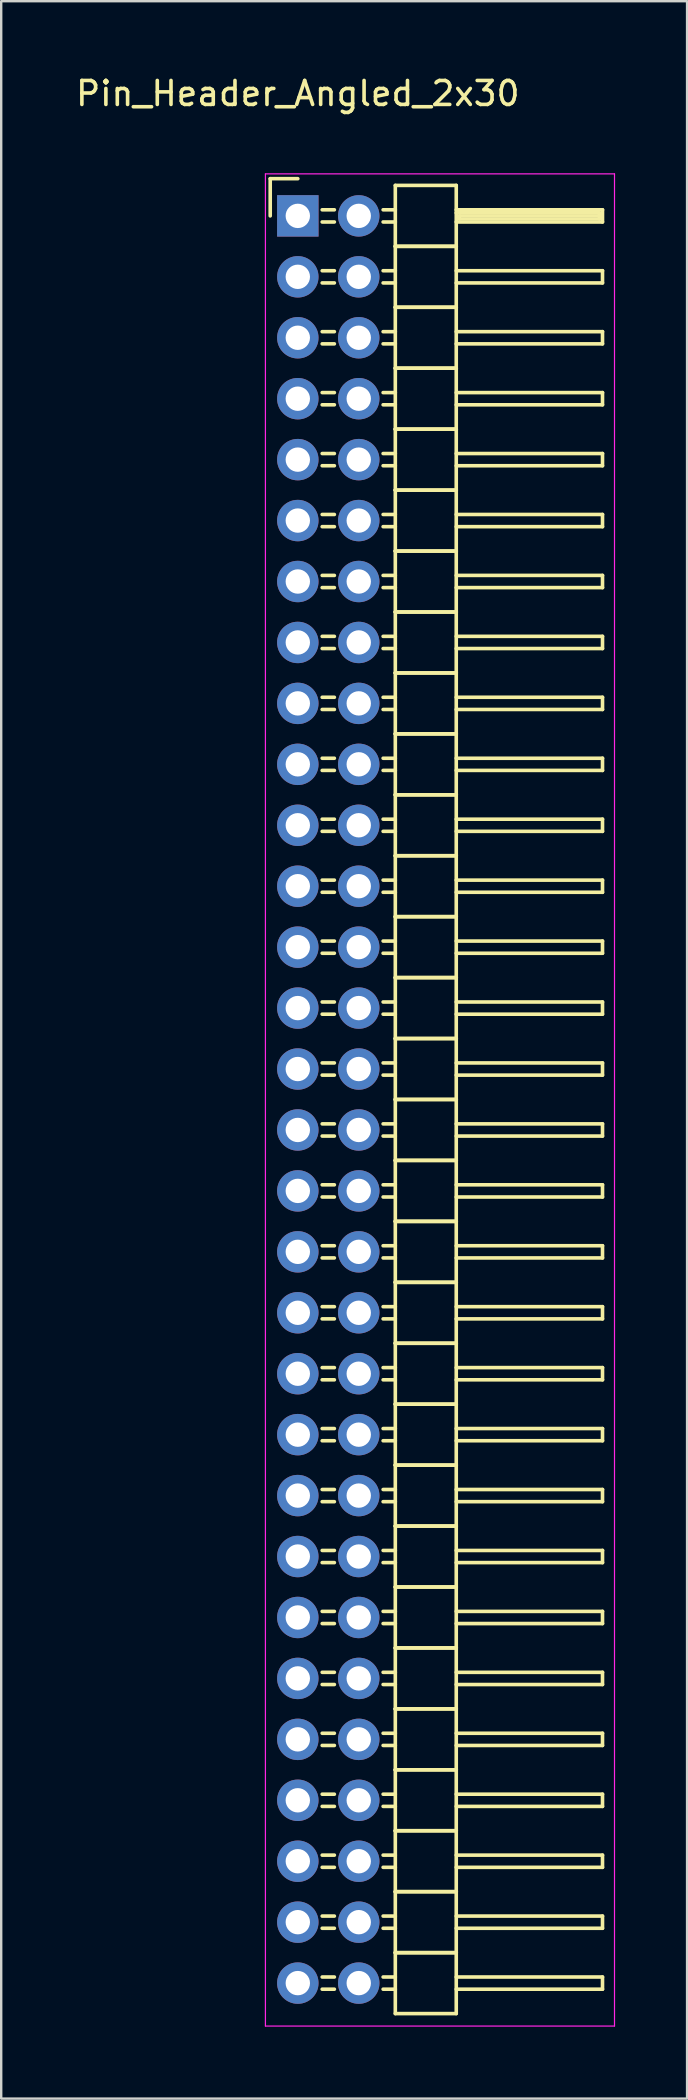
<source format=kicad_pcb>
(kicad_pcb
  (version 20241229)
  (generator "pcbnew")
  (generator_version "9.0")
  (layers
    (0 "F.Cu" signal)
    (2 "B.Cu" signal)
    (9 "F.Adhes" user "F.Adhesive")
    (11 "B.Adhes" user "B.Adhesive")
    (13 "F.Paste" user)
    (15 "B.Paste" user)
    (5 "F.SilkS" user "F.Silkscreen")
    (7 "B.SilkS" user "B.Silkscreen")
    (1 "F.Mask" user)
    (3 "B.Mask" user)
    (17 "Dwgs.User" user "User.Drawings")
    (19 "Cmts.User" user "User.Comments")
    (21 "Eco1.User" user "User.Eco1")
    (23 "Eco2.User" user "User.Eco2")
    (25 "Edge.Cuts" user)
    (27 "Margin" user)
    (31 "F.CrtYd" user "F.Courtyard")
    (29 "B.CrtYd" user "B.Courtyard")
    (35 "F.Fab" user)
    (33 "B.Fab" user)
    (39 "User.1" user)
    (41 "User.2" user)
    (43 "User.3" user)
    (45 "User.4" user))
  (footprint "Pin_Header_Angled_2x30"
    (layer "F.Cu")
    (at 9.363 5.948)
    (property "Reference" "Pin_Header_Angled_2x30" (at 0 -5.1 0) (layer "F.SilkS") (effects (font (size 1 1) (thickness 0.15))))
    (attr through_hole)
    (fp_line (start -1.15 -1.55) (end -1.15 0) (stroke (width 0.15) (type solid)) (layer "F.SilkS"))
    (fp_line (start 0 -1.55) (end -1.15 -1.55) (stroke (width 0.15) (type solid)) (layer "F.SilkS"))
    (fp_line (start 1.524 -0.254) (end 1.016 -0.254) (stroke (width 0.15) (type solid)) (layer "F.SilkS"))
    (fp_line (start 1.524 0.254) (end 1.016 0.254) (stroke (width 0.15) (type solid)) (layer "F.SilkS"))
    (fp_line (start 1.524 2.286) (end 1.016 2.286) (stroke (width 0.15) (type solid)) (layer "F.SilkS"))
    (fp_line (start 1.524 2.794) (end 1.016 2.794) (stroke (width 0.15) (type solid)) (layer "F.SilkS"))
    (fp_line (start 1.524 4.826) (end 1.016 4.826) (stroke (width 0.15) (type solid)) (layer "F.SilkS"))
    (fp_line (start 1.524 5.334) (end 1.016 5.334) (stroke (width 0.15) (type solid)) (layer "F.SilkS"))
    (fp_line (start 1.524 7.366) (end 1.016 7.366) (stroke (width 0.15) (type solid)) (layer "F.SilkS"))
    (fp_line (start 1.524 7.874) (end 1.016 7.874) (stroke (width 0.15) (type solid)) (layer "F.SilkS"))
    (fp_line (start 1.524 9.906) (end 1.016 9.906) (stroke (width 0.15) (type solid)) (layer "F.SilkS"))
    (fp_line (start 1.524 10.414) (end 1.016 10.414) (stroke (width 0.15) (type solid)) (layer "F.SilkS"))
    (fp_line (start 1.524 12.446) (end 1.016 12.446) (stroke (width 0.15) (type solid)) (layer "F.SilkS"))
    (fp_line (start 1.524 12.954) (end 1.016 12.954) (stroke (width 0.15) (type solid)) (layer "F.SilkS"))
    (fp_line (start 1.524 14.986) (end 1.016 14.986) (stroke (width 0.15) (type solid)) (layer "F.SilkS"))
    (fp_line (start 1.524 15.494) (end 1.016 15.494) (stroke (width 0.15) (type solid)) (layer "F.SilkS"))
    (fp_line (start 1.524 17.526) (end 1.016 17.526) (stroke (width 0.15) (type solid)) (layer "F.SilkS"))
    (fp_line (start 1.524 18.034) (end 1.016 18.034) (stroke (width 0.15) (type solid)) (layer "F.SilkS"))
    (fp_line (start 1.524 20.066) (end 1.016 20.066) (stroke (width 0.15) (type solid)) (layer "F.SilkS"))
    (fp_line (start 1.524 20.574) (end 1.016 20.574) (stroke (width 0.15) (type solid)) (layer "F.SilkS"))
    (fp_line (start 1.524 22.606) (end 1.016 22.606) (stroke (width 0.15) (type solid)) (layer "F.SilkS"))
    (fp_line (start 1.524 23.114) (end 1.016 23.114) (stroke (width 0.15) (type solid)) (layer "F.SilkS"))
    (fp_line (start 1.524 25.146) (end 1.016 25.146) (stroke (width 0.15) (type solid)) (layer "F.SilkS"))
    (fp_line (start 1.524 25.654) (end 1.016 25.654) (stroke (width 0.15) (type solid)) (layer "F.SilkS"))
    (fp_line (start 1.524 27.686) (end 1.016 27.686) (stroke (width 0.15) (type solid)) (layer "F.SilkS"))
    (fp_line (start 1.524 28.194) (end 1.016 28.194) (stroke (width 0.15) (type solid)) (layer "F.SilkS"))
    (fp_line (start 1.524 30.226) (end 1.016 30.226) (stroke (width 0.15) (type solid)) (layer "F.SilkS"))
    (fp_line (start 1.524 30.734) (end 1.016 30.734) (stroke (width 0.15) (type solid)) (layer "F.SilkS"))
    (fp_line (start 1.524 32.766) (end 1.016 32.766) (stroke (width 0.15) (type solid)) (layer "F.SilkS"))
    (fp_line (start 1.524 33.274) (end 1.016 33.274) (stroke (width 0.15) (type solid)) (layer "F.SilkS"))
    (fp_line (start 1.524 35.306) (end 1.016 35.306) (stroke (width 0.15) (type solid)) (layer "F.SilkS"))
    (fp_line (start 1.524 35.814) (end 1.016 35.814) (stroke (width 0.15) (type solid)) (layer "F.SilkS"))
    (fp_line (start 1.524 37.846) (end 1.016 37.846) (stroke (width 0.15) (type solid)) (layer "F.SilkS"))
    (fp_line (start 1.524 38.354) (end 1.016 38.354) (stroke (width 0.15) (type solid)) (layer "F.SilkS"))
    (fp_line (start 1.524 40.386) (end 1.016 40.386) (stroke (width 0.15) (type solid)) (layer "F.SilkS"))
    (fp_line (start 1.524 40.894) (end 1.016 40.894) (stroke (width 0.15) (type solid)) (layer "F.SilkS"))
    (fp_line (start 1.524 42.926) (end 1.016 42.926) (stroke (width 0.15) (type solid)) (layer "F.SilkS"))
    (fp_line (start 1.524 43.434) (end 1.016 43.434) (stroke (width 0.15) (type solid)) (layer "F.SilkS"))
    (fp_line (start 1.524 45.466) (end 1.016 45.466) (stroke (width 0.15) (type solid)) (layer "F.SilkS"))
    (fp_line (start 1.524 45.974) (end 1.016 45.974) (stroke (width 0.15) (type solid)) (layer "F.SilkS"))
    (fp_line (start 1.524 48.006) (end 1.016 48.006) (stroke (width 0.15) (type solid)) (layer "F.SilkS"))
    (fp_line (start 1.524 48.514) (end 1.016 48.514) (stroke (width 0.15) (type solid)) (layer "F.SilkS"))
    (fp_line (start 1.524 50.546) (end 1.016 50.546) (stroke (width 0.15) (type solid)) (layer "F.SilkS"))
    (fp_line (start 1.524 51.054) (end 1.016 51.054) (stroke (width 0.15) (type solid)) (layer "F.SilkS"))
    (fp_line (start 1.524 53.086) (end 1.016 53.086) (stroke (width 0.15) (type solid)) (layer "F.SilkS"))
    (fp_line (start 1.524 53.594) (end 1.016 53.594) (stroke (width 0.15) (type solid)) (layer "F.SilkS"))
    (fp_line (start 1.524 55.626) (end 1.016 55.626) (stroke (width 0.15) (type solid)) (layer "F.SilkS"))
    (fp_line (start 1.524 56.134) (end 1.016 56.134) (stroke (width 0.15) (type solid)) (layer "F.SilkS"))
    (fp_line (start 1.524 58.166) (end 1.016 58.166) (stroke (width 0.15) (type solid)) (layer "F.SilkS"))
    (fp_line (start 1.524 58.674) (end 1.016 58.674) (stroke (width 0.15) (type solid)) (layer "F.SilkS"))
    (fp_line (start 1.524 60.706) (end 1.016 60.706) (stroke (width 0.15) (type solid)) (layer "F.SilkS"))
    (fp_line (start 1.524 61.214) (end 1.016 61.214) (stroke (width 0.15) (type solid)) (layer "F.SilkS"))
    (fp_line (start 1.524 63.246) (end 1.016 63.246) (stroke (width 0.15) (type solid)) (layer "F.SilkS"))
    (fp_line (start 1.524 63.754) (end 1.016 63.754) (stroke (width 0.15) (type solid)) (layer "F.SilkS"))
    (fp_line (start 1.524 65.786) (end 1.016 65.786) (stroke (width 0.15) (type solid)) (layer "F.SilkS"))
    (fp_line (start 1.524 66.294) (end 1.016 66.294) (stroke (width 0.15) (type solid)) (layer "F.SilkS"))
    (fp_line (start 1.524 68.326) (end 1.016 68.326) (stroke (width 0.15) (type solid)) (layer "F.SilkS"))
    (fp_line (start 1.524 68.834) (end 1.016 68.834) (stroke (width 0.15) (type solid)) (layer "F.SilkS"))
    (fp_line (start 1.524 70.866) (end 1.016 70.866) (stroke (width 0.15) (type solid)) (layer "F.SilkS"))
    (fp_line (start 1.524 71.374) (end 1.016 71.374) (stroke (width 0.15) (type solid)) (layer "F.SilkS"))
    (fp_line (start 1.524 73.406) (end 1.016 73.406) (stroke (width 0.15) (type solid)) (layer "F.SilkS"))
    (fp_line (start 1.524 73.914) (end 1.016 73.914) (stroke (width 0.15) (type solid)) (layer "F.SilkS"))
    (fp_line (start 4.064 -1.27) (end 4.064 1.27) (stroke (width 0.15) (type solid)) (layer "F.SilkS"))
    (fp_line (start 4.064 -1.27) (end 6.604 -1.27) (stroke (width 0.15) (type solid)) (layer "F.SilkS"))
    (fp_line (start 4.064 -0.254) (end 3.556 -0.254) (stroke (width 0.15) (type solid)) (layer "F.SilkS"))
    (fp_line (start 4.064 0.254) (end 3.556 0.254) (stroke (width 0.15) (type solid)) (layer "F.SilkS"))
    (fp_line (start 4.064 1.27) (end 4.064 3.81) (stroke (width 0.15) (type solid)) (layer "F.SilkS"))
    (fp_line (start 4.064 1.27) (end 6.604 1.27) (stroke (width 0.15) (type solid)) (layer "F.SilkS"))
    (fp_line (start 4.064 1.27) (end 6.604 1.27) (stroke (width 0.15) (type solid)) (layer "F.SilkS"))
    (fp_line (start 4.064 2.286) (end 3.556 2.286) (stroke (width 0.15) (type solid)) (layer "F.SilkS"))
    (fp_line (start 4.064 2.794) (end 3.556 2.794) (stroke (width 0.15) (type solid)) (layer "F.SilkS"))
    (fp_line (start 4.064 3.81) (end 4.064 6.35) (stroke (width 0.15) (type solid)) (layer "F.SilkS"))
    (fp_line (start 4.064 3.81) (end 6.604 3.81) (stroke (width 0.15) (type solid)) (layer "F.SilkS"))
    (fp_line (start 4.064 3.81) (end 6.604 3.81) (stroke (width 0.15) (type solid)) (layer "F.SilkS"))
    (fp_line (start 4.064 4.826) (end 3.556 4.826) (stroke (width 0.15) (type solid)) (layer "F.SilkS"))
    (fp_line (start 4.064 5.334) (end 3.556 5.334) (stroke (width 0.15) (type solid)) (layer "F.SilkS"))
    (fp_line (start 4.064 6.35) (end 4.064 8.89) (stroke (width 0.15) (type solid)) (layer "F.SilkS"))
    (fp_line (start 4.064 6.35) (end 6.604 6.35) (stroke (width 0.15) (type solid)) (layer "F.SilkS"))
    (fp_line (start 4.064 6.35) (end 6.604 6.35) (stroke (width 0.15) (type solid)) (layer "F.SilkS"))
    (fp_line (start 4.064 7.366) (end 3.556 7.366) (stroke (width 0.15) (type solid)) (layer "F.SilkS"))
    (fp_line (start 4.064 7.874) (end 3.556 7.874) (stroke (width 0.15) (type solid)) (layer "F.SilkS"))
    (fp_line (start 4.064 8.89) (end 4.064 11.43) (stroke (width 0.15) (type solid)) (layer "F.SilkS"))
    (fp_line (start 4.064 8.89) (end 6.604 8.89) (stroke (width 0.15) (type solid)) (layer "F.SilkS"))
    (fp_line (start 4.064 8.89) (end 6.604 8.89) (stroke (width 0.15) (type solid)) (layer "F.SilkS"))
    (fp_line (start 4.064 9.906) (end 3.556 9.906) (stroke (width 0.15) (type solid)) (layer "F.SilkS"))
    (fp_line (start 4.064 10.414) (end 3.556 10.414) (stroke (width 0.15) (type solid)) (layer "F.SilkS"))
    (fp_line (start 4.064 11.43) (end 4.064 13.97) (stroke (width 0.15) (type solid)) (layer "F.SilkS"))
    (fp_line (start 4.064 11.43) (end 6.604 11.43) (stroke (width 0.15) (type solid)) (layer "F.SilkS"))
    (fp_line (start 4.064 11.43) (end 6.604 11.43) (stroke (width 0.15) (type solid)) (layer "F.SilkS"))
    (fp_line (start 4.064 12.446) (end 3.556 12.446) (stroke (width 0.15) (type solid)) (layer "F.SilkS"))
    (fp_line (start 4.064 12.954) (end 3.556 12.954) (stroke (width 0.15) (type solid)) (layer "F.SilkS"))
    (fp_line (start 4.064 13.97) (end 4.064 16.51) (stroke (width 0.15) (type solid)) (layer "F.SilkS"))
    (fp_line (start 4.064 13.97) (end 6.604 13.97) (stroke (width 0.15) (type solid)) (layer "F.SilkS"))
    (fp_line (start 4.064 13.97) (end 6.604 13.97) (stroke (width 0.15) (type solid)) (layer "F.SilkS"))
    (fp_line (start 4.064 14.986) (end 3.556 14.986) (stroke (width 0.15) (type solid)) (layer "F.SilkS"))
    (fp_line (start 4.064 15.494) (end 3.556 15.494) (stroke (width 0.15) (type solid)) (layer "F.SilkS"))
    (fp_line (start 4.064 16.51) (end 4.064 19.05) (stroke (width 0.15) (type solid)) (layer "F.SilkS"))
    (fp_line (start 4.064 16.51) (end 6.604 16.51) (stroke (width 0.15) (type solid)) (layer "F.SilkS"))
    (fp_line (start 4.064 16.51) (end 6.604 16.51) (stroke (width 0.15) (type solid)) (layer "F.SilkS"))
    (fp_line (start 4.064 17.526) (end 3.556 17.526) (stroke (width 0.15) (type solid)) (layer "F.SilkS"))
    (fp_line (start 4.064 18.034) (end 3.556 18.034) (stroke (width 0.15) (type solid)) (layer "F.SilkS"))
    (fp_line (start 4.064 19.05) (end 4.064 21.59) (stroke (width 0.15) (type solid)) (layer "F.SilkS"))
    (fp_line (start 4.064 19.05) (end 6.604 19.05) (stroke (width 0.15) (type solid)) (layer "F.SilkS"))
    (fp_line (start 4.064 19.05) (end 6.604 19.05) (stroke (width 0.15) (type solid)) (layer "F.SilkS"))
    (fp_line (start 4.064 20.066) (end 3.556 20.066) (stroke (width 0.15) (type solid)) (layer "F.SilkS"))
    (fp_line (start 4.064 20.574) (end 3.556 20.574) (stroke (width 0.15) (type solid)) (layer "F.SilkS"))
    (fp_line (start 4.064 21.59) (end 4.064 24.13) (stroke (width 0.15) (type solid)) (layer "F.SilkS"))
    (fp_line (start 4.064 21.59) (end 6.604 21.59) (stroke (width 0.15) (type solid)) (layer "F.SilkS"))
    (fp_line (start 4.064 21.59) (end 6.604 21.59) (stroke (width 0.15) (type solid)) (layer "F.SilkS"))
    (fp_line (start 4.064 22.606) (end 3.556 22.606) (stroke (width 0.15) (type solid)) (layer "F.SilkS"))
    (fp_line (start 4.064 23.114) (end 3.556 23.114) (stroke (width 0.15) (type solid)) (layer "F.SilkS"))
    (fp_line (start 4.064 24.13) (end 4.064 26.67) (stroke (width 0.15) (type solid)) (layer "F.SilkS"))
    (fp_line (start 4.064 24.13) (end 6.604 24.13) (stroke (width 0.15) (type solid)) (layer "F.SilkS"))
    (fp_line (start 4.064 24.13) (end 6.604 24.13) (stroke (width 0.15) (type solid)) (layer "F.SilkS"))
    (fp_line (start 4.064 25.146) (end 3.556 25.146) (stroke (width 0.15) (type solid)) (layer "F.SilkS"))
    (fp_line (start 4.064 25.654) (end 3.556 25.654) (stroke (width 0.15) (type solid)) (layer "F.SilkS"))
    (fp_line (start 4.064 26.67) (end 4.064 29.21) (stroke (width 0.15) (type solid)) (layer "F.SilkS"))
    (fp_line (start 4.064 26.67) (end 6.604 26.67) (stroke (width 0.15) (type solid)) (layer "F.SilkS"))
    (fp_line (start 4.064 26.67) (end 6.604 26.67) (stroke (width 0.15) (type solid)) (layer "F.SilkS"))
    (fp_line (start 4.064 27.686) (end 3.556 27.686) (stroke (width 0.15) (type solid)) (layer "F.SilkS"))
    (fp_line (start 4.064 28.194) (end 3.556 28.194) (stroke (width 0.15) (type solid)) (layer "F.SilkS"))
    (fp_line (start 4.064 29.21) (end 4.064 31.75) (stroke (width 0.15) (type solid)) (layer "F.SilkS"))
    (fp_line (start 4.064 29.21) (end 6.604 29.21) (stroke (width 0.15) (type solid)) (layer "F.SilkS"))
    (fp_line (start 4.064 29.21) (end 6.604 29.21) (stroke (width 0.15) (type solid)) (layer "F.SilkS"))
    (fp_line (start 4.064 30.226) (end 3.556 30.226) (stroke (width 0.15) (type solid)) (layer "F.SilkS"))
    (fp_line (start 4.064 30.734) (end 3.556 30.734) (stroke (width 0.15) (type solid)) (layer "F.SilkS"))
    (fp_line (start 4.064 31.75) (end 4.064 34.29) (stroke (width 0.15) (type solid)) (layer "F.SilkS"))
    (fp_line (start 4.064 31.75) (end 6.604 31.75) (stroke (width 0.15) (type solid)) (layer "F.SilkS"))
    (fp_line (start 4.064 31.75) (end 6.604 31.75) (stroke (width 0.15) (type solid)) (layer "F.SilkS"))
    (fp_line (start 4.064 32.766) (end 3.556 32.766) (stroke (width 0.15) (type solid)) (layer "F.SilkS"))
    (fp_line (start 4.064 33.274) (end 3.556 33.274) (stroke (width 0.15) (type solid)) (layer "F.SilkS"))
    (fp_line (start 4.064 34.29) (end 4.064 36.83) (stroke (width 0.15) (type solid)) (layer "F.SilkS"))
    (fp_line (start 4.064 34.29) (end 6.604 34.29) (stroke (width 0.15) (type solid)) (layer "F.SilkS"))
    (fp_line (start 4.064 34.29) (end 6.604 34.29) (stroke (width 0.15) (type solid)) (layer "F.SilkS"))
    (fp_line (start 4.064 35.306) (end 3.556 35.306) (stroke (width 0.15) (type solid)) (layer "F.SilkS"))
    (fp_line (start 4.064 35.814) (end 3.556 35.814) (stroke (width 0.15) (type solid)) (layer "F.SilkS"))
    (fp_line (start 4.064 36.83) (end 4.064 39.37) (stroke (width 0.15) (type solid)) (layer "F.SilkS"))
    (fp_line (start 4.064 36.83) (end 6.604 36.83) (stroke (width 0.15) (type solid)) (layer "F.SilkS"))
    (fp_line (start 4.064 36.83) (end 6.604 36.83) (stroke (width 0.15) (type solid)) (layer "F.SilkS"))
    (fp_line (start 4.064 37.846) (end 3.556 37.846) (stroke (width 0.15) (type solid)) (layer "F.SilkS"))
    (fp_line (start 4.064 38.354) (end 3.556 38.354) (stroke (width 0.15) (type solid)) (layer "F.SilkS"))
    (fp_line (start 4.064 39.37) (end 4.064 41.91) (stroke (width 0.15) (type solid)) (layer "F.SilkS"))
    (fp_line (start 4.064 39.37) (end 6.604 39.37) (stroke (width 0.15) (type solid)) (layer "F.SilkS"))
    (fp_line (start 4.064 39.37) (end 6.604 39.37) (stroke (width 0.15) (type solid)) (layer "F.SilkS"))
    (fp_line (start 4.064 40.386) (end 3.556 40.386) (stroke (width 0.15) (type solid)) (layer "F.SilkS"))
    (fp_line (start 4.064 40.894) (end 3.556 40.894) (stroke (width 0.15) (type solid)) (layer "F.SilkS"))
    (fp_line (start 4.064 41.91) (end 4.064 44.45) (stroke (width 0.15) (type solid)) (layer "F.SilkS"))
    (fp_line (start 4.064 41.91) (end 6.604 41.91) (stroke (width 0.15) (type solid)) (layer "F.SilkS"))
    (fp_line (start 4.064 41.91) (end 6.604 41.91) (stroke (width 0.15) (type solid)) (layer "F.SilkS"))
    (fp_line (start 4.064 42.926) (end 3.556 42.926) (stroke (width 0.15) (type solid)) (layer "F.SilkS"))
    (fp_line (start 4.064 43.434) (end 3.556 43.434) (stroke (width 0.15) (type solid)) (layer "F.SilkS"))
    (fp_line (start 4.064 44.45) (end 4.064 46.99) (stroke (width 0.15) (type solid)) (layer "F.SilkS"))
    (fp_line (start 4.064 44.45) (end 6.604 44.45) (stroke (width 0.15) (type solid)) (layer "F.SilkS"))
    (fp_line (start 4.064 44.45) (end 6.604 44.45) (stroke (width 0.15) (type solid)) (layer "F.SilkS"))
    (fp_line (start 4.064 45.466) (end 3.556 45.466) (stroke (width 0.15) (type solid)) (layer "F.SilkS"))
    (fp_line (start 4.064 45.974) (end 3.556 45.974) (stroke (width 0.15) (type solid)) (layer "F.SilkS"))
    (fp_line (start 4.064 46.99) (end 4.064 49.53) (stroke (width 0.15) (type solid)) (layer "F.SilkS"))
    (fp_line (start 4.064 46.99) (end 6.604 46.99) (stroke (width 0.15) (type solid)) (layer "F.SilkS"))
    (fp_line (start 4.064 46.99) (end 6.604 46.99) (stroke (width 0.15) (type solid)) (layer "F.SilkS"))
    (fp_line (start 4.064 48.006) (end 3.556 48.006) (stroke (width 0.15) (type solid)) (layer "F.SilkS"))
    (fp_line (start 4.064 48.514) (end 3.556 48.514) (stroke (width 0.15) (type solid)) (layer "F.SilkS"))
    (fp_line (start 4.064 49.53) (end 4.064 52.07) (stroke (width 0.15) (type solid)) (layer "F.SilkS"))
    (fp_line (start 4.064 49.53) (end 6.604 49.53) (stroke (width 0.15) (type solid)) (layer "F.SilkS"))
    (fp_line (start 4.064 49.53) (end 6.604 49.53) (stroke (width 0.15) (type solid)) (layer "F.SilkS"))
    (fp_line (start 4.064 50.546) (end 3.556 50.546) (stroke (width 0.15) (type solid)) (layer "F.SilkS"))
    (fp_line (start 4.064 51.054) (end 3.556 51.054) (stroke (width 0.15) (type solid)) (layer "F.SilkS"))
    (fp_line (start 4.064 52.07) (end 4.064 54.61) (stroke (width 0.15) (type solid)) (layer "F.SilkS"))
    (fp_line (start 4.064 52.07) (end 6.604 52.07) (stroke (width 0.15) (type solid)) (layer "F.SilkS"))
    (fp_line (start 4.064 52.07) (end 6.604 52.07) (stroke (width 0.15) (type solid)) (layer "F.SilkS"))
    (fp_line (start 4.064 53.086) (end 3.556 53.086) (stroke (width 0.15) (type solid)) (layer "F.SilkS"))
    (fp_line (start 4.064 53.594) (end 3.556 53.594) (stroke (width 0.15) (type solid)) (layer "F.SilkS"))
    (fp_line (start 4.064 54.61) (end 4.064 57.15) (stroke (width 0.15) (type solid)) (layer "F.SilkS"))
    (fp_line (start 4.064 54.61) (end 6.604 54.61) (stroke (width 0.15) (type solid)) (layer "F.SilkS"))
    (fp_line (start 4.064 54.61) (end 6.604 54.61) (stroke (width 0.15) (type solid)) (layer "F.SilkS"))
    (fp_line (start 4.064 55.626) (end 3.556 55.626) (stroke (width 0.15) (type solid)) (layer "F.SilkS"))
    (fp_line (start 4.064 56.134) (end 3.556 56.134) (stroke (width 0.15) (type solid)) (layer "F.SilkS"))
    (fp_line (start 4.064 57.15) (end 4.064 59.69) (stroke (width 0.15) (type solid)) (layer "F.SilkS"))
    (fp_line (start 4.064 57.15) (end 6.604 57.15) (stroke (width 0.15) (type solid)) (layer "F.SilkS"))
    (fp_line (start 4.064 57.15) (end 6.604 57.15) (stroke (width 0.15) (type solid)) (layer "F.SilkS"))
    (fp_line (start 4.064 58.166) (end 3.556 58.166) (stroke (width 0.15) (type solid)) (layer "F.SilkS"))
    (fp_line (start 4.064 58.674) (end 3.556 58.674) (stroke (width 0.15) (type solid)) (layer "F.SilkS"))
    (fp_line (start 4.064 59.69) (end 4.064 62.23) (stroke (width 0.15) (type solid)) (layer "F.SilkS"))
    (fp_line (start 4.064 59.69) (end 6.604 59.69) (stroke (width 0.15) (type solid)) (layer "F.SilkS"))
    (fp_line (start 4.064 59.69) (end 6.604 59.69) (stroke (width 0.15) (type solid)) (layer "F.SilkS"))
    (fp_line (start 4.064 60.706) (end 3.556 60.706) (stroke (width 0.15) (type solid)) (layer "F.SilkS"))
    (fp_line (start 4.064 61.214) (end 3.556 61.214) (stroke (width 0.15) (type solid)) (layer "F.SilkS"))
    (fp_line (start 4.064 62.23) (end 4.064 64.77) (stroke (width 0.15) (type solid)) (layer "F.SilkS"))
    (fp_line (start 4.064 62.23) (end 6.604 62.23) (stroke (width 0.15) (type solid)) (layer "F.SilkS"))
    (fp_line (start 4.064 62.23) (end 6.604 62.23) (stroke (width 0.15) (type solid)) (layer "F.SilkS"))
    (fp_line (start 4.064 63.246) (end 3.556 63.246) (stroke (width 0.15) (type solid)) (layer "F.SilkS"))
    (fp_line (start 4.064 63.754) (end 3.556 63.754) (stroke (width 0.15) (type solid)) (layer "F.SilkS"))
    (fp_line (start 4.064 64.77) (end 4.064 67.31) (stroke (width 0.15) (type solid)) (layer "F.SilkS"))
    (fp_line (start 4.064 64.77) (end 6.604 64.77) (stroke (width 0.15) (type solid)) (layer "F.SilkS"))
    (fp_line (start 4.064 64.77) (end 6.604 64.77) (stroke (width 0.15) (type solid)) (layer "F.SilkS"))
    (fp_line (start 4.064 65.786) (end 3.556 65.786) (stroke (width 0.15) (type solid)) (layer "F.SilkS"))
    (fp_line (start 4.064 66.294) (end 3.556 66.294) (stroke (width 0.15) (type solid)) (layer "F.SilkS"))
    (fp_line (start 4.064 67.31) (end 4.064 69.85) (stroke (width 0.15) (type solid)) (layer "F.SilkS"))
    (fp_line (start 4.064 67.31) (end 6.604 67.31) (stroke (width 0.15) (type solid)) (layer "F.SilkS"))
    (fp_line (start 4.064 67.31) (end 6.604 67.31) (stroke (width 0.15) (type solid)) (layer "F.SilkS"))
    (fp_line (start 4.064 68.326) (end 3.556 68.326) (stroke (width 0.15) (type solid)) (layer "F.SilkS"))
    (fp_line (start 4.064 68.834) (end 3.556 68.834) (stroke (width 0.15) (type solid)) (layer "F.SilkS"))
    (fp_line (start 4.064 69.85) (end 4.064 72.39) (stroke (width 0.15) (type solid)) (layer "F.SilkS"))
    (fp_line (start 4.064 69.85) (end 6.604 69.85) (stroke (width 0.15) (type solid)) (layer "F.SilkS"))
    (fp_line (start 4.064 69.85) (end 6.604 69.85) (stroke (width 0.15) (type solid)) (layer "F.SilkS"))
    (fp_line (start 4.064 70.866) (end 3.556 70.866) (stroke (width 0.15) (type solid)) (layer "F.SilkS"))
    (fp_line (start 4.064 71.374) (end 3.556 71.374) (stroke (width 0.15) (type solid)) (layer "F.SilkS"))
    (fp_line (start 4.064 72.39) (end 4.064 74.93) (stroke (width 0.15) (type solid)) (layer "F.SilkS"))
    (fp_line (start 4.064 72.39) (end 6.604 72.39) (stroke (width 0.15) (type solid)) (layer "F.SilkS"))
    (fp_line (start 4.064 72.39) (end 6.604 72.39) (stroke (width 0.15) (type solid)) (layer "F.SilkS"))
    (fp_line (start 4.064 73.406) (end 3.556 73.406) (stroke (width 0.15) (type solid)) (layer "F.SilkS"))
    (fp_line (start 4.064 73.914) (end 3.556 73.914) (stroke (width 0.15) (type solid)) (layer "F.SilkS"))
    (fp_line (start 4.064 74.93) (end 6.604 74.93) (stroke (width 0.15) (type solid)) (layer "F.SilkS"))
    (fp_line (start 6.604 -0.254) (end 12.7 -0.254) (stroke (width 0.15) (type solid)) (layer "F.SilkS"))
    (fp_line (start 6.604 -0.127) (end 12.573 -0.127) (stroke (width 0.15) (type solid)) (layer "F.SilkS"))
    (fp_line (start 6.604 1.27) (end 6.604 -1.27) (stroke (width 0.15) (type solid)) (layer "F.SilkS"))
    (fp_line (start 6.604 2.286) (end 12.7 2.286) (stroke (width 0.15) (type solid)) (layer "F.SilkS"))
    (fp_line (start 6.604 3.81) (end 6.604 1.27) (stroke (width 0.15) (type solid)) (layer "F.SilkS"))
    (fp_line (start 6.604 4.826) (end 12.7 4.826) (stroke (width 0.15) (type solid)) (layer "F.SilkS"))
    (fp_line (start 6.604 6.35) (end 6.604 3.81) (stroke (width 0.15) (type solid)) (layer "F.SilkS"))
    (fp_line (start 6.604 7.366) (end 12.7 7.366) (stroke (width 0.15) (type solid)) (layer "F.SilkS"))
    (fp_line (start 6.604 8.89) (end 6.604 6.35) (stroke (width 0.15) (type solid)) (layer "F.SilkS"))
    (fp_line (start 6.604 9.906) (end 12.7 9.906) (stroke (width 0.15) (type solid)) (layer "F.SilkS"))
    (fp_line (start 6.604 11.43) (end 6.604 8.89) (stroke (width 0.15) (type solid)) (layer "F.SilkS"))
    (fp_line (start 6.604 12.446) (end 12.7 12.446) (stroke (width 0.15) (type solid)) (layer "F.SilkS"))
    (fp_line (start 6.604 13.97) (end 6.604 11.43) (stroke (width 0.15) (type solid)) (layer "F.SilkS"))
    (fp_line (start 6.604 14.986) (end 12.7 14.986) (stroke (width 0.15) (type solid)) (layer "F.SilkS"))
    (fp_line (start 6.604 16.51) (end 6.604 13.97) (stroke (width 0.15) (type solid)) (layer "F.SilkS"))
    (fp_line (start 6.604 17.526) (end 12.7 17.526) (stroke (width 0.15) (type solid)) (layer "F.SilkS"))
    (fp_line (start 6.604 19.05) (end 6.604 16.51) (stroke (width 0.15) (type solid)) (layer "F.SilkS"))
    (fp_line (start 6.604 20.066) (end 12.7 20.066) (stroke (width 0.15) (type solid)) (layer "F.SilkS"))
    (fp_line (start 6.604 21.59) (end 6.604 19.05) (stroke (width 0.15) (type solid)) (layer "F.SilkS"))
    (fp_line (start 6.604 22.606) (end 12.7 22.606) (stroke (width 0.15) (type solid)) (layer "F.SilkS"))
    (fp_line (start 6.604 24.13) (end 6.604 21.59) (stroke (width 0.15) (type solid)) (layer "F.SilkS"))
    (fp_line (start 6.604 25.146) (end 12.7 25.146) (stroke (width 0.15) (type solid)) (layer "F.SilkS"))
    (fp_line (start 6.604 26.67) (end 6.604 24.13) (stroke (width 0.15) (type solid)) (layer "F.SilkS"))
    (fp_line (start 6.604 27.686) (end 12.7 27.686) (stroke (width 0.15) (type solid)) (layer "F.SilkS"))
    (fp_line (start 6.604 29.21) (end 6.604 26.67) (stroke (width 0.15) (type solid)) (layer "F.SilkS"))
    (fp_line (start 6.604 30.226) (end 12.7 30.226) (stroke (width 0.15) (type solid)) (layer "F.SilkS"))
    (fp_line (start 6.604 31.75) (end 6.604 29.21) (stroke (width 0.15) (type solid)) (layer "F.SilkS"))
    (fp_line (start 6.604 32.766) (end 12.7 32.766) (stroke (width 0.15) (type solid)) (layer "F.SilkS"))
    (fp_line (start 6.604 34.29) (end 6.604 31.75) (stroke (width 0.15) (type solid)) (layer "F.SilkS"))
    (fp_line (start 6.604 35.306) (end 12.7 35.306) (stroke (width 0.15) (type solid)) (layer "F.SilkS"))
    (fp_line (start 6.604 36.83) (end 6.604 34.29) (stroke (width 0.15) (type solid)) (layer "F.SilkS"))
    (fp_line (start 6.604 37.846) (end 12.7 37.846) (stroke (width 0.15) (type solid)) (layer "F.SilkS"))
    (fp_line (start 6.604 39.37) (end 6.604 36.83) (stroke (width 0.15) (type solid)) (layer "F.SilkS"))
    (fp_line (start 6.604 40.386) (end 12.7 40.386) (stroke (width 0.15) (type solid)) (layer "F.SilkS"))
    (fp_line (start 6.604 41.91) (end 6.604 39.37) (stroke (width 0.15) (type solid)) (layer "F.SilkS"))
    (fp_line (start 6.604 42.926) (end 12.7 42.926) (stroke (width 0.15) (type solid)) (layer "F.SilkS"))
    (fp_line (start 6.604 44.45) (end 6.604 41.91) (stroke (width 0.15) (type solid)) (layer "F.SilkS"))
    (fp_line (start 6.604 45.466) (end 12.7 45.466) (stroke (width 0.15) (type solid)) (layer "F.SilkS"))
    (fp_line (start 6.604 46.99) (end 6.604 44.45) (stroke (width 0.15) (type solid)) (layer "F.SilkS"))
    (fp_line (start 6.604 48.006) (end 12.7 48.006) (stroke (width 0.15) (type solid)) (layer "F.SilkS"))
    (fp_line (start 6.604 49.53) (end 6.604 46.99) (stroke (width 0.15) (type solid)) (layer "F.SilkS"))
    (fp_line (start 6.604 50.546) (end 12.7 50.546) (stroke (width 0.15) (type solid)) (layer "F.SilkS"))
    (fp_line (start 6.604 52.07) (end 6.604 49.53) (stroke (width 0.15) (type solid)) (layer "F.SilkS"))
    (fp_line (start 6.604 53.086) (end 12.7 53.086) (stroke (width 0.15) (type solid)) (layer "F.SilkS"))
    (fp_line (start 6.604 54.61) (end 6.604 52.07) (stroke (width 0.15) (type solid)) (layer "F.SilkS"))
    (fp_line (start 6.604 55.626) (end 12.7 55.626) (stroke (width 0.15) (type solid)) (layer "F.SilkS"))
    (fp_line (start 6.604 57.15) (end 6.604 54.61) (stroke (width 0.15) (type solid)) (layer "F.SilkS"))
    (fp_line (start 6.604 58.166) (end 12.7 58.166) (stroke (width 0.15) (type solid)) (layer "F.SilkS"))
    (fp_line (start 6.604 59.69) (end 6.604 57.15) (stroke (width 0.15) (type solid)) (layer "F.SilkS"))
    (fp_line (start 6.604 60.706) (end 12.7 60.706) (stroke (width 0.15) (type solid)) (layer "F.SilkS"))
    (fp_line (start 6.604 62.23) (end 6.604 59.69) (stroke (width 0.15) (type solid)) (layer "F.SilkS"))
    (fp_line (start 6.604 63.246) (end 12.7 63.246) (stroke (width 0.15) (type solid)) (layer "F.SilkS"))
    (fp_line (start 6.604 64.77) (end 6.604 62.23) (stroke (width 0.15) (type solid)) (layer "F.SilkS"))
    (fp_line (start 6.604 65.786) (end 12.7 65.786) (stroke (width 0.15) (type solid)) (layer "F.SilkS"))
    (fp_line (start 6.604 67.31) (end 6.604 64.77) (stroke (width 0.15) (type solid)) (layer "F.SilkS"))
    (fp_line (start 6.604 68.326) (end 12.7 68.326) (stroke (width 0.15) (type solid)) (layer "F.SilkS"))
    (fp_line (start 6.604 69.85) (end 6.604 67.31) (stroke (width 0.15) (type solid)) (layer "F.SilkS"))
    (fp_line (start 6.604 70.866) (end 12.7 70.866) (stroke (width 0.15) (type solid)) (layer "F.SilkS"))
    (fp_line (start 6.604 72.39) (end 6.604 69.85) (stroke (width 0.15) (type solid)) (layer "F.SilkS"))
    (fp_line (start 6.604 73.406) (end 12.7 73.406) (stroke (width 0.15) (type solid)) (layer "F.SilkS"))
    (fp_line (start 6.604 74.93) (end 6.604 72.39) (stroke (width 0.15) (type solid)) (layer "F.SilkS"))
    (fp_line (start 6.731 0) (end 12.573 0) (stroke (width 0.15) (type solid)) (layer "F.SilkS"))
    (fp_line (start 6.731 0.127) (end 6.731 0) (stroke (width 0.15) (type solid)) (layer "F.SilkS"))
    (fp_line (start 12.573 -0.127) (end 12.573 0.127) (stroke (width 0.15) (type solid)) (layer "F.SilkS"))
    (fp_line (start 12.573 0.127) (end 6.731 0.127) (stroke (width 0.15) (type solid)) (layer "F.SilkS"))
    (fp_line (start 12.7 -0.254) (end 12.7 0.254) (stroke (width 0.15) (type solid)) (layer "F.SilkS"))
    (fp_line (start 12.7 0.254) (end 6.604 0.254) (stroke (width 0.15) (type solid)) (layer "F.SilkS"))
    (fp_line (start 12.7 2.286) (end 12.7 2.794) (stroke (width 0.15) (type solid)) (layer "F.SilkS"))
    (fp_line (start 12.7 2.794) (end 6.604 2.794) (stroke (width 0.15) (type solid)) (layer "F.SilkS"))
    (fp_line (start 12.7 4.826) (end 12.7 5.334) (stroke (width 0.15) (type solid)) (layer "F.SilkS"))
    (fp_line (start 12.7 5.334) (end 6.604 5.334) (stroke (width 0.15) (type solid)) (layer "F.SilkS"))
    (fp_line (start 12.7 7.366) (end 12.7 7.874) (stroke (width 0.15) (type solid)) (layer "F.SilkS"))
    (fp_line (start 12.7 7.874) (end 6.604 7.874) (stroke (width 0.15) (type solid)) (layer "F.SilkS"))
    (fp_line (start 12.7 9.906) (end 12.7 10.414) (stroke (width 0.15) (type solid)) (layer "F.SilkS"))
    (fp_line (start 12.7 10.414) (end 6.604 10.414) (stroke (width 0.15) (type solid)) (layer "F.SilkS"))
    (fp_line (start 12.7 12.446) (end 12.7 12.954) (stroke (width 0.15) (type solid)) (layer "F.SilkS"))
    (fp_line (start 12.7 12.954) (end 6.604 12.954) (stroke (width 0.15) (type solid)) (layer "F.SilkS"))
    (fp_line (start 12.7 14.986) (end 12.7 15.494) (stroke (width 0.15) (type solid)) (layer "F.SilkS"))
    (fp_line (start 12.7 15.494) (end 6.604 15.494) (stroke (width 0.15) (type solid)) (layer "F.SilkS"))
    (fp_line (start 12.7 17.526) (end 12.7 18.034) (stroke (width 0.15) (type solid)) (layer "F.SilkS"))
    (fp_line (start 12.7 18.034) (end 6.604 18.034) (stroke (width 0.15) (type solid)) (layer "F.SilkS"))
    (fp_line (start 12.7 20.066) (end 12.7 20.574) (stroke (width 0.15) (type solid)) (layer "F.SilkS"))
    (fp_line (start 12.7 20.574) (end 6.604 20.574) (stroke (width 0.15) (type solid)) (layer "F.SilkS"))
    (fp_line (start 12.7 22.606) (end 12.7 23.114) (stroke (width 0.15) (type solid)) (layer "F.SilkS"))
    (fp_line (start 12.7 23.114) (end 6.604 23.114) (stroke (width 0.15) (type solid)) (layer "F.SilkS"))
    (fp_line (start 12.7 25.146) (end 12.7 25.654) (stroke (width 0.15) (type solid)) (layer "F.SilkS"))
    (fp_line (start 12.7 25.654) (end 6.604 25.654) (stroke (width 0.15) (type solid)) (layer "F.SilkS"))
    (fp_line (start 12.7 27.686) (end 12.7 28.194) (stroke (width 0.15) (type solid)) (layer "F.SilkS"))
    (fp_line (start 12.7 28.194) (end 6.604 28.194) (stroke (width 0.15) (type solid)) (layer "F.SilkS"))
    (fp_line (start 12.7 30.226) (end 12.7 30.734) (stroke (width 0.15) (type solid)) (layer "F.SilkS"))
    (fp_line (start 12.7 30.734) (end 6.604 30.734) (stroke (width 0.15) (type solid)) (layer "F.SilkS"))
    (fp_line (start 12.7 32.766) (end 12.7 33.274) (stroke (width 0.15) (type solid)) (layer "F.SilkS"))
    (fp_line (start 12.7 33.274) (end 6.604 33.274) (stroke (width 0.15) (type solid)) (layer "F.SilkS"))
    (fp_line (start 12.7 35.306) (end 12.7 35.814) (stroke (width 0.15) (type solid)) (layer "F.SilkS"))
    (fp_line (start 12.7 35.814) (end 6.604 35.814) (stroke (width 0.15) (type solid)) (layer "F.SilkS"))
    (fp_line (start 12.7 37.846) (end 12.7 38.354) (stroke (width 0.15) (type solid)) (layer "F.SilkS"))
    (fp_line (start 12.7 38.354) (end 6.604 38.354) (stroke (width 0.15) (type solid)) (layer "F.SilkS"))
    (fp_line (start 12.7 40.386) (end 12.7 40.894) (stroke (width 0.15) (type solid)) (layer "F.SilkS"))
    (fp_line (start 12.7 40.894) (end 6.604 40.894) (stroke (width 0.15) (type solid)) (layer "F.SilkS"))
    (fp_line (start 12.7 42.926) (end 12.7 43.434) (stroke (width 0.15) (type solid)) (layer "F.SilkS"))
    (fp_line (start 12.7 43.434) (end 6.604 43.434) (stroke (width 0.15) (type solid)) (layer "F.SilkS"))
    (fp_line (start 12.7 45.466) (end 12.7 45.974) (stroke (width 0.15) (type solid)) (layer "F.SilkS"))
    (fp_line (start 12.7 45.974) (end 6.604 45.974) (stroke (width 0.15) (type solid)) (layer "F.SilkS"))
    (fp_line (start 12.7 48.006) (end 12.7 48.514) (stroke (width 0.15) (type solid)) (layer "F.SilkS"))
    (fp_line (start 12.7 48.514) (end 6.604 48.514) (stroke (width 0.15) (type solid)) (layer "F.SilkS"))
    (fp_line (start 12.7 50.546) (end 12.7 51.054) (stroke (width 0.15) (type solid)) (layer "F.SilkS"))
    (fp_line (start 12.7 51.054) (end 6.604 51.054) (stroke (width 0.15) (type solid)) (layer "F.SilkS"))
    (fp_line (start 12.7 53.086) (end 12.7 53.594) (stroke (width 0.15) (type solid)) (layer "F.SilkS"))
    (fp_line (start 12.7 53.594) (end 6.604 53.594) (stroke (width 0.15) (type solid)) (layer "F.SilkS"))
    (fp_line (start 12.7 55.626) (end 12.7 56.134) (stroke (width 0.15) (type solid)) (layer "F.SilkS"))
    (fp_line (start 12.7 56.134) (end 6.604 56.134) (stroke (width 0.15) (type solid)) (layer "F.SilkS"))
    (fp_line (start 12.7 58.166) (end 12.7 58.674) (stroke (width 0.15) (type solid)) (layer "F.SilkS"))
    (fp_line (start 12.7 58.674) (end 6.604 58.674) (stroke (width 0.15) (type solid)) (layer "F.SilkS"))
    (fp_line (start 12.7 60.706) (end 12.7 61.214) (stroke (width 0.15) (type solid)) (layer "F.SilkS"))
    (fp_line (start 12.7 61.214) (end 6.604 61.214) (stroke (width 0.15) (type solid)) (layer "F.SilkS"))
    (fp_line (start 12.7 63.246) (end 12.7 63.754) (stroke (width 0.15) (type solid)) (layer "F.SilkS"))
    (fp_line (start 12.7 63.754) (end 6.604 63.754) (stroke (width 0.15) (type solid)) (layer "F.SilkS"))
    (fp_line (start 12.7 65.786) (end 12.7 66.294) (stroke (width 0.15) (type solid)) (layer "F.SilkS"))
    (fp_line (start 12.7 66.294) (end 6.604 66.294) (stroke (width 0.15) (type solid)) (layer "F.SilkS"))
    (fp_line (start 12.7 68.326) (end 12.7 68.834) (stroke (width 0.15) (type solid)) (layer "F.SilkS"))
    (fp_line (start 12.7 68.834) (end 6.604 68.834) (stroke (width 0.15) (type solid)) (layer "F.SilkS"))
    (fp_line (start 12.7 70.866) (end 12.7 71.374) (stroke (width 0.15) (type solid)) (layer "F.SilkS"))
    (fp_line (start 12.7 71.374) (end 6.604 71.374) (stroke (width 0.15) (type solid)) (layer "F.SilkS"))
    (fp_line (start 12.7 73.406) (end 12.7 73.914) (stroke (width 0.15) (type solid)) (layer "F.SilkS"))
    (fp_line (start 12.7 73.914) (end 6.604 73.914) (stroke (width 0.15) (type solid)) (layer "F.SilkS"))
    (fp_line (start -1.35 -1.75) (end -1.35 75.45) (stroke (width 0.05) (type solid)) (layer "F.CrtYd"))
    (fp_line (start -1.35 -1.75) (end 13.2 -1.75) (stroke (width 0.05) (type solid)) (layer "F.CrtYd"))
    (fp_line (start -1.35 75.45) (end 13.2 75.45) (stroke (width 0.05) (type solid)) (layer "F.CrtYd"))
    (fp_line (start 13.2 -1.75) (end 13.2 75.45) (stroke (width 0.05) (type solid)) (layer "F.CrtYd"))
    (pad "1" thru_hole rect (at 0 0) (size 1.727 1.727) (drill 1.016) (layers "*.Cu" "*.Mask"))
    (pad "2" thru_hole oval (at 2.54 0) (size 1.727 1.727) (drill 1.016) (layers "*.Cu" "*.Mask"))
    (pad "3" thru_hole oval (at 0 2.54) (size 1.727 1.727) (drill 1.016) (layers "*.Cu" "*.Mask"))
    (pad "4" thru_hole oval (at 2.54 2.54) (size 1.727 1.727) (drill 1.016) (layers "*.Cu" "*.Mask"))
    (pad "5" thru_hole oval (at 0 5.08) (size 1.727 1.727) (drill 1.016) (layers "*.Cu" "*.Mask"))
    (pad "6" thru_hole oval (at 2.54 5.08) (size 1.727 1.727) (drill 1.016) (layers "*.Cu" "*.Mask"))
    (pad "7" thru_hole oval (at 0 7.62) (size 1.727 1.727) (drill 1.016) (layers "*.Cu" "*.Mask"))
    (pad "8" thru_hole oval (at 2.54 7.62) (size 1.727 1.727) (drill 1.016) (layers "*.Cu" "*.Mask"))
    (pad "9" thru_hole oval (at 0 10.16) (size 1.727 1.727) (drill 1.016) (layers "*.Cu" "*.Mask"))
    (pad "10" thru_hole oval (at 2.54 10.16) (size 1.727 1.727) (drill 1.016) (layers "*.Cu" "*.Mask"))
    (pad "11" thru_hole oval (at 0 12.7) (size 1.727 1.727) (drill 1.016) (layers "*.Cu" "*.Mask"))
    (pad "12" thru_hole oval (at 2.54 12.7) (size 1.727 1.727) (drill 1.016) (layers "*.Cu" "*.Mask"))
    (pad "13" thru_hole oval (at 0 15.24) (size 1.727 1.727) (drill 1.016) (layers "*.Cu" "*.Mask"))
    (pad "14" thru_hole oval (at 2.54 15.24) (size 1.727 1.727) (drill 1.016) (layers "*.Cu" "*.Mask"))
    (pad "15" thru_hole oval (at 0 17.78) (size 1.727 1.727) (drill 1.016) (layers "*.Cu" "*.Mask"))
    (pad "16" thru_hole oval (at 2.54 17.78) (size 1.727 1.727) (drill 1.016) (layers "*.Cu" "*.Mask"))
    (pad "17" thru_hole oval (at 0 20.32) (size 1.727 1.727) (drill 1.016) (layers "*.Cu" "*.Mask"))
    (pad "18" thru_hole oval (at 2.54 20.32) (size 1.727 1.727) (drill 1.016) (layers "*.Cu" "*.Mask"))
    (pad "19" thru_hole oval (at 0 22.86) (size 1.727 1.727) (drill 1.016) (layers "*.Cu" "*.Mask"))
    (pad "20" thru_hole oval (at 2.54 22.86) (size 1.727 1.727) (drill 1.016) (layers "*.Cu" "*.Mask"))
    (pad "21" thru_hole oval (at 0 25.4) (size 1.727 1.727) (drill 1.016) (layers "*.Cu" "*.Mask"))
    (pad "22" thru_hole oval (at 2.54 25.4) (size 1.727 1.727) (drill 1.016) (layers "*.Cu" "*.Mask"))
    (pad "23" thru_hole oval (at 0 27.94) (size 1.727 1.727) (drill 1.016) (layers "*.Cu" "*.Mask"))
    (pad "24" thru_hole oval (at 2.54 27.94) (size 1.727 1.727) (drill 1.016) (layers "*.Cu" "*.Mask"))
    (pad "25" thru_hole oval (at 0 30.48) (size 1.727 1.727) (drill 1.016) (layers "*.Cu" "*.Mask"))
    (pad "26" thru_hole oval (at 2.54 30.48) (size 1.727 1.727) (drill 1.016) (layers "*.Cu" "*.Mask"))
    (pad "27" thru_hole oval (at 0 33.02) (size 1.727 1.727) (drill 1.016) (layers "*.Cu" "*.Mask"))
    (pad "28" thru_hole oval (at 2.54 33.02) (size 1.727 1.727) (drill 1.016) (layers "*.Cu" "*.Mask"))
    (pad "29" thru_hole oval (at 0 35.56) (size 1.727 1.727) (drill 1.016) (layers "*.Cu" "*.Mask"))
    (pad "30" thru_hole oval (at 2.54 35.56) (size 1.727 1.727) (drill 1.016) (layers "*.Cu" "*.Mask"))
    (pad "31" thru_hole oval (at 0 38.1) (size 1.727 1.727) (drill 1.016) (layers "*.Cu" "*.Mask"))
    (pad "32" thru_hole oval (at 2.54 38.1) (size 1.727 1.727) (drill 1.016) (layers "*.Cu" "*.Mask"))
    (pad "33" thru_hole oval (at 0 40.64) (size 1.727 1.727) (drill 1.016) (layers "*.Cu" "*.Mask"))
    (pad "34" thru_hole oval (at 2.54 40.64) (size 1.727 1.727) (drill 1.016) (layers "*.Cu" "*.Mask"))
    (pad "35" thru_hole oval (at 0 43.18) (size 1.727 1.727) (drill 1.016) (layers "*.Cu" "*.Mask"))
    (pad "36" thru_hole oval (at 2.54 43.18) (size 1.727 1.727) (drill 1.016) (layers "*.Cu" "*.Mask"))
    (pad "37" thru_hole oval (at 0 45.72) (size 1.727 1.727) (drill 1.016) (layers "*.Cu" "*.Mask"))
    (pad "38" thru_hole oval (at 2.54 45.72) (size 1.727 1.727) (drill 1.016) (layers "*.Cu" "*.Mask"))
    (pad "39" thru_hole oval (at 0 48.26) (size 1.727 1.727) (drill 1.016) (layers "*.Cu" "*.Mask"))
    (pad "40" thru_hole oval (at 2.54 48.26) (size 1.727 1.727) (drill 1.016) (layers "*.Cu" "*.Mask"))
    (pad "41" thru_hole oval (at 0 50.8) (size 1.727 1.727) (drill 1.016) (layers "*.Cu" "*.Mask"))
    (pad "42" thru_hole oval (at 2.54 50.8) (size 1.727 1.727) (drill 1.016) (layers "*.Cu" "*.Mask"))
    (pad "43" thru_hole oval (at 0 53.34) (size 1.727 1.727) (drill 1.016) (layers "*.Cu" "*.Mask"))
    (pad "44" thru_hole oval (at 2.54 53.34) (size 1.727 1.727) (drill 1.016) (layers "*.Cu" "*.Mask"))
    (pad "45" thru_hole oval (at 0 55.88) (size 1.727 1.727) (drill 1.016) (layers "*.Cu" "*.Mask"))
    (pad "46" thru_hole oval (at 2.54 55.88) (size 1.727 1.727) (drill 1.016) (layers "*.Cu" "*.Mask"))
    (pad "47" thru_hole oval (at 0 58.42) (size 1.727 1.727) (drill 1.016) (layers "*.Cu" "*.Mask"))
    (pad "48" thru_hole oval (at 2.54 58.42) (size 1.727 1.727) (drill 1.016) (layers "*.Cu" "*.Mask"))
    (pad "49" thru_hole oval (at 0 60.96) (size 1.727 1.727) (drill 1.016) (layers "*.Cu" "*.Mask"))
    (pad "50" thru_hole oval (at 2.54 60.96) (size 1.727 1.727) (drill 1.016) (layers "*.Cu" "*.Mask"))
    (pad "51" thru_hole oval (at 0 63.5) (size 1.727 1.727) (drill 1.016) (layers "*.Cu" "*.Mask"))
    (pad "52" thru_hole oval (at 2.54 63.5) (size 1.727 1.727) (drill 1.016) (layers "*.Cu" "*.Mask"))
    (pad "53" thru_hole oval (at 0 66.04) (size 1.727 1.727) (drill 1.016) (layers "*.Cu" "*.Mask"))
    (pad "54" thru_hole oval (at 2.54 66.04) (size 1.727 1.727) (drill 1.016) (layers "*.Cu" "*.Mask"))
    (pad "55" thru_hole oval (at 0 68.58) (size 1.727 1.727) (drill 1.016) (layers "*.Cu" "*.Mask"))
    (pad "56" thru_hole oval (at 2.54 68.58) (size 1.727 1.727) (drill 1.016) (layers "*.Cu" "*.Mask"))
    (pad "57" thru_hole oval (at 0 71.12) (size 1.727 1.727) (drill 1.016) (layers "*.Cu" "*.Mask"))
    (pad "58" thru_hole oval (at 2.54 71.12) (size 1.727 1.727) (drill 1.016) (layers "*.Cu" "*.Mask"))
    (pad "59" thru_hole oval (at 0 73.66) (size 1.727 1.727) (drill 1.016) (layers "*.Cu" "*.Mask"))
    (pad "60" thru_hole oval (at 2.54 73.66) (size 1.727 1.727) (drill 1.016) (layers "*.Cu" "*.Mask")))
  (gr_rect
    (start -3 -3)
    (end 25.588 84.423)
    (stroke (width 0.1) (type default))
    (fill no)
    (layer "Edge.Cuts")))
</source>
